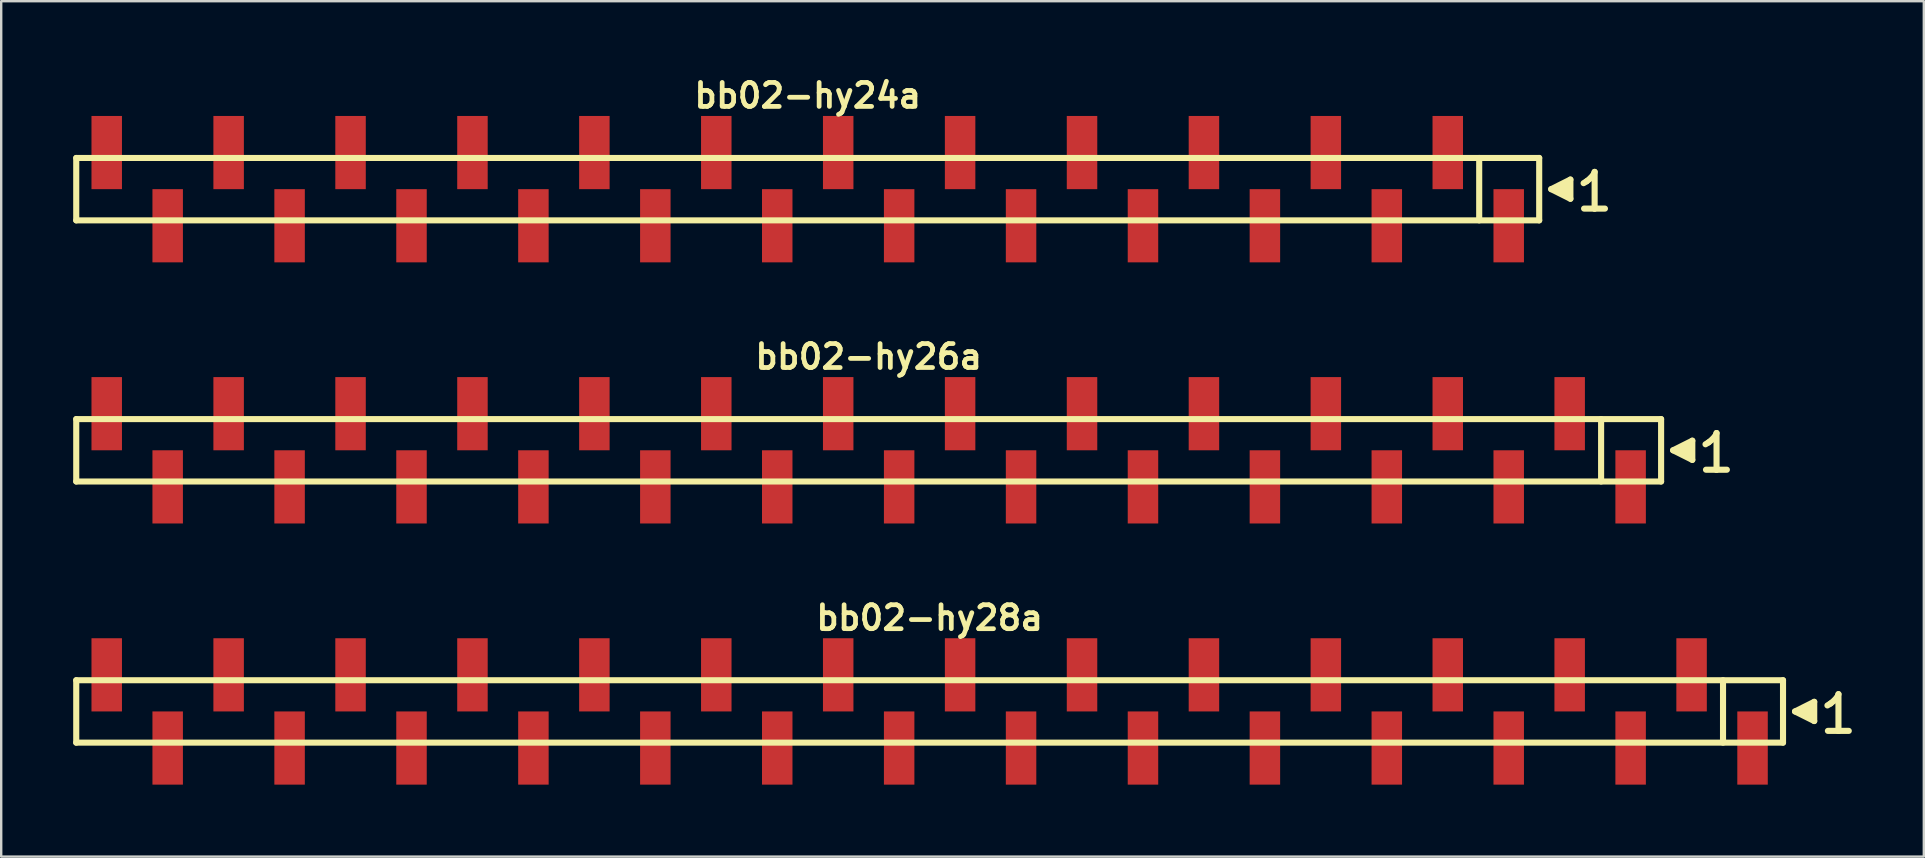
<source format=kicad_pcb>
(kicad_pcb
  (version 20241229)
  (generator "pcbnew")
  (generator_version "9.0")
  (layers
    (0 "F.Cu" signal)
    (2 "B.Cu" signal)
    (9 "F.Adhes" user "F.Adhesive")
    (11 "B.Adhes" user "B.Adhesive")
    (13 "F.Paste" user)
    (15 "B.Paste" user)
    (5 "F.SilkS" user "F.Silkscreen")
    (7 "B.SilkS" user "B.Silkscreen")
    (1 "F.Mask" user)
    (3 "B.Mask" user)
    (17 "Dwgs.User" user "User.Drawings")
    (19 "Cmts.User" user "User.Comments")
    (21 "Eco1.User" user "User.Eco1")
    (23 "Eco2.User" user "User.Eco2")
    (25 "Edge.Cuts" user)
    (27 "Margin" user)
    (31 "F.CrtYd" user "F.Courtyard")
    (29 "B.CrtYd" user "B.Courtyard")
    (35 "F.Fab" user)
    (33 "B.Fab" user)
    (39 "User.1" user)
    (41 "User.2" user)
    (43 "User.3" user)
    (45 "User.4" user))
  (footprint "bb02-hy28a"
    (layer "F.Cu")
    (at 35.687 26.595)
    (property "Reference" "bb02-hy28a" (at 0 -3.9 0) (layer "F.SilkS") (effects (font (size 0.998 0.998) (thickness 0.198))))
    (attr smd)
    (fp_line (start -35.56 -1.3) (end 35.56 -1.3) (stroke (width 0.254) (type solid)) (layer "F.SilkS"))
    (fp_line (start -35.56 1.3) (end -35.56 -1.3) (stroke (width 0.254) (type solid)) (layer "F.SilkS"))
    (fp_line (start 33.06 1.3) (end 33.06 -1.3) (stroke (width 0.254) (type solid)) (layer "F.SilkS"))
    (fp_line (start 35.56 -1.3) (end 35.56 1.3) (stroke (width 0.254) (type solid)) (layer "F.SilkS"))
    (fp_line (start 35.56 1.3) (end -35.56 1.3) (stroke (width 0.254) (type solid)) (layer "F.SilkS"))
    (fp_line (start 36.06 0) (end 36.86 0.4) (stroke (width 0.254) (type solid)) (layer "F.SilkS"))
    (fp_line (start 36.36 0.1) (end 36.36 -0.1) (stroke (width 0.254) (type solid)) (layer "F.SilkS"))
    (fp_line (start 36.46 -0.1) (end 36.46 0.1) (stroke (width 0.254) (type solid)) (layer "F.SilkS"))
    (fp_line (start 36.56 0.2) (end 36.56 -0.2) (stroke (width 0.254) (type solid)) (layer "F.SilkS"))
    (fp_line (start 36.66 -0.2) (end 36.66 0.2) (stroke (width 0.254) (type solid)) (layer "F.SilkS"))
    (fp_line (start 36.76 0.3) (end 36.76 -0.3) (stroke (width 0.254) (type solid)) (layer "F.SilkS"))
    (fp_line (start 36.86 -0.4) (end 36.06 0) (stroke (width 0.254) (type solid)) (layer "F.SilkS"))
    (fp_line (start 36.86 0.4) (end 36.86 -0.4) (stroke (width 0.254) (type solid)) (layer "F.SilkS"))
    (fp_line (start 37.41 -0.25) (end 37.54 -0.33) (stroke (width 0.254) (type solid)) (layer "F.SilkS"))
    (fp_line (start 37.54 -0.33) (end 37.7 -0.46) (stroke (width 0.254) (type solid)) (layer "F.SilkS"))
    (fp_line (start 37.7 -0.46) (end 37.84 -0.63) (stroke (width 0.254) (type solid)) (layer "F.SilkS"))
    (fp_line (start 37.84 -0.63) (end 37.87 -0.72) (stroke (width 0.254) (type solid)) (layer "F.SilkS"))
    (fp_line (start 37.87 -0.72) (end 37.87 0.81) (stroke (width 0.254) (type solid)) (layer "F.SilkS"))
    (fp_line (start 37.87 0.81) (end 37.43 0.81) (stroke (width 0.254) (type solid)) (layer "F.SilkS"))
    (fp_line (start 38.3 0.81) (end 37.86 0.81) (stroke (width 0.254) (type solid)) (layer "F.SilkS"))
    (pad "1" smd rect (at 34.29 1.525) (size 1.27 3.05) (layers "F.Cu" "F.Mask" "F.Paste"))
    (pad "2" smd rect (at 31.75 -1.525) (size 1.27 3.05) (layers "F.Cu" "F.Mask" "F.Paste"))
    (pad "3" smd rect (at 29.21 1.525) (size 1.27 3.05) (layers "F.Cu" "F.Mask" "F.Paste"))
    (pad "4" smd rect (at 26.67 -1.525) (size 1.27 3.05) (layers "F.Cu" "F.Mask" "F.Paste"))
    (pad "5" smd rect (at 24.13 1.525) (size 1.27 3.05) (layers "F.Cu" "F.Mask" "F.Paste"))
    (pad "6" smd rect (at 21.59 -1.525) (size 1.27 3.05) (layers "F.Cu" "F.Mask" "F.Paste"))
    (pad "7" smd rect (at 19.05 1.525) (size 1.27 3.05) (layers "F.Cu" "F.Mask" "F.Paste"))
    (pad "8" smd rect (at 16.51 -1.525) (size 1.27 3.05) (layers "F.Cu" "F.Mask" "F.Paste"))
    (pad "9" smd rect (at 13.97 1.525) (size 1.27 3.05) (layers "F.Cu" "F.Mask" "F.Paste"))
    (pad "10" smd rect (at 11.43 -1.525) (size 1.27 3.05) (layers "F.Cu" "F.Mask" "F.Paste"))
    (pad "11" smd rect (at 8.89 1.525) (size 1.27 3.05) (layers "F.Cu" "F.Mask" "F.Paste"))
    (pad "12" smd rect (at 6.35 -1.525) (size 1.27 3.05) (layers "F.Cu" "F.Mask" "F.Paste"))
    (pad "13" smd rect (at 3.81 1.525) (size 1.27 3.05) (layers "F.Cu" "F.Mask" "F.Paste"))
    (pad "14" smd rect (at 1.27 -1.525) (size 1.27 3.05) (layers "F.Cu" "F.Mask" "F.Paste"))
    (pad "15" smd rect (at -1.27 1.525) (size 1.27 3.05) (layers "F.Cu" "F.Mask" "F.Paste"))
    (pad "16" smd rect (at -3.81 -1.525) (size 1.27 3.05) (layers "F.Cu" "F.Mask" "F.Paste"))
    (pad "17" smd rect (at -6.35 1.525) (size 1.27 3.05) (layers "F.Cu" "F.Mask" "F.Paste"))
    (pad "18" smd rect (at -8.89 -1.525) (size 1.27 3.05) (layers "F.Cu" "F.Mask" "F.Paste"))
    (pad "19" smd rect (at -11.43 1.525) (size 1.27 3.05) (layers "F.Cu" "F.Mask" "F.Paste"))
    (pad "20" smd rect (at -13.97 -1.525) (size 1.27 3.05) (layers "F.Cu" "F.Mask" "F.Paste"))
    (pad "21" smd rect (at -16.51 1.525) (size 1.27 3.05) (layers "F.Cu" "F.Mask" "F.Paste"))
    (pad "22" smd rect (at -19.05 -1.525) (size 1.27 3.05) (layers "F.Cu" "F.Mask" "F.Paste"))
    (pad "23" smd rect (at -21.59 1.525) (size 1.27 3.05) (layers "F.Cu" "F.Mask" "F.Paste"))
    (pad "24" smd rect (at -24.13 -1.525) (size 1.27 3.05) (layers "F.Cu" "F.Mask" "F.Paste"))
    (pad "25" smd rect (at -26.67 1.525) (size 1.27 3.05) (layers "F.Cu" "F.Mask" "F.Paste"))
    (pad "26" smd rect (at -29.21 -1.525) (size 1.27 3.05) (layers "F.Cu" "F.Mask" "F.Paste"))
    (pad "27" smd rect (at -31.75 1.525) (size 1.27 3.05) (layers "F.Cu" "F.Mask" "F.Paste"))
    (pad "28" smd rect (at -34.29 -1.525) (size 1.27 3.05) (layers "F.Cu" "F.Mask" "F.Paste")))
  (footprint "bb02-hy26a"
    (layer "F.Cu")
    (at 33.147 15.713)
    (property "Reference" "bb02-hy26a" (at 0 -3.9 0) (layer "F.SilkS") (effects (font (size 0.998 0.998) (thickness 0.198))))
    (attr smd)
    (fp_line (start -33.02 -1.3) (end 33.02 -1.3) (stroke (width 0.254) (type solid)) (layer "F.SilkS"))
    (fp_line (start -33.02 1.3) (end -33.02 -1.3) (stroke (width 0.254) (type solid)) (layer "F.SilkS"))
    (fp_line (start 30.52 1.3) (end 30.52 -1.3) (stroke (width 0.254) (type solid)) (layer "F.SilkS"))
    (fp_line (start 33.02 -1.3) (end 33.02 1.3) (stroke (width 0.254) (type solid)) (layer "F.SilkS"))
    (fp_line (start 33.02 1.3) (end -33.02 1.3) (stroke (width 0.254) (type solid)) (layer "F.SilkS"))
    (fp_line (start 33.52 0) (end 34.32 0.4) (stroke (width 0.254) (type solid)) (layer "F.SilkS"))
    (fp_line (start 33.82 0.1) (end 33.82 -0.1) (stroke (width 0.254) (type solid)) (layer "F.SilkS"))
    (fp_line (start 33.92 -0.1) (end 33.92 0.1) (stroke (width 0.254) (type solid)) (layer "F.SilkS"))
    (fp_line (start 34.02 0.2) (end 34.02 -0.2) (stroke (width 0.254) (type solid)) (layer "F.SilkS"))
    (fp_line (start 34.12 -0.2) (end 34.12 0.2) (stroke (width 0.254) (type solid)) (layer "F.SilkS"))
    (fp_line (start 34.22 0.3) (end 34.22 -0.3) (stroke (width 0.254) (type solid)) (layer "F.SilkS"))
    (fp_line (start 34.32 -0.4) (end 33.52 0) (stroke (width 0.254) (type solid)) (layer "F.SilkS"))
    (fp_line (start 34.32 0.4) (end 34.32 -0.4) (stroke (width 0.254) (type solid)) (layer "F.SilkS"))
    (fp_line (start 34.87 -0.25) (end 35 -0.33) (stroke (width 0.254) (type solid)) (layer "F.SilkS"))
    (fp_line (start 35 -0.33) (end 35.16 -0.46) (stroke (width 0.254) (type solid)) (layer "F.SilkS"))
    (fp_line (start 35.16 -0.46) (end 35.3 -0.63) (stroke (width 0.254) (type solid)) (layer "F.SilkS"))
    (fp_line (start 35.3 -0.63) (end 35.33 -0.72) (stroke (width 0.254) (type solid)) (layer "F.SilkS"))
    (fp_line (start 35.33 -0.72) (end 35.33 0.81) (stroke (width 0.254) (type solid)) (layer "F.SilkS"))
    (fp_line (start 35.33 0.81) (end 34.89 0.81) (stroke (width 0.254) (type solid)) (layer "F.SilkS"))
    (fp_line (start 35.76 0.81) (end 35.32 0.81) (stroke (width 0.254) (type solid)) (layer "F.SilkS"))
    (pad "1" smd rect (at 31.75 1.525) (size 1.27 3.05) (layers "F.Cu" "F.Mask" "F.Paste"))
    (pad "2" smd rect (at 29.21 -1.525) (size 1.27 3.05) (layers "F.Cu" "F.Mask" "F.Paste"))
    (pad "3" smd rect (at 26.67 1.525) (size 1.27 3.05) (layers "F.Cu" "F.Mask" "F.Paste"))
    (pad "4" smd rect (at 24.13 -1.525) (size 1.27 3.05) (layers "F.Cu" "F.Mask" "F.Paste"))
    (pad "5" smd rect (at 21.59 1.525) (size 1.27 3.05) (layers "F.Cu" "F.Mask" "F.Paste"))
    (pad "6" smd rect (at 19.05 -1.525) (size 1.27 3.05) (layers "F.Cu" "F.Mask" "F.Paste"))
    (pad "7" smd rect (at 16.51 1.525) (size 1.27 3.05) (layers "F.Cu" "F.Mask" "F.Paste"))
    (pad "8" smd rect (at 13.97 -1.525) (size 1.27 3.05) (layers "F.Cu" "F.Mask" "F.Paste"))
    (pad "9" smd rect (at 11.43 1.525) (size 1.27 3.05) (layers "F.Cu" "F.Mask" "F.Paste"))
    (pad "10" smd rect (at 8.89 -1.525) (size 1.27 3.05) (layers "F.Cu" "F.Mask" "F.Paste"))
    (pad "11" smd rect (at 6.35 1.525) (size 1.27 3.05) (layers "F.Cu" "F.Mask" "F.Paste"))
    (pad "12" smd rect (at 3.81 -1.525) (size 1.27 3.05) (layers "F.Cu" "F.Mask" "F.Paste"))
    (pad "13" smd rect (at 1.27 1.525) (size 1.27 3.05) (layers "F.Cu" "F.Mask" "F.Paste"))
    (pad "14" smd rect (at -1.27 -1.525) (size 1.27 3.05) (layers "F.Cu" "F.Mask" "F.Paste"))
    (pad "15" smd rect (at -3.81 1.525) (size 1.27 3.05) (layers "F.Cu" "F.Mask" "F.Paste"))
    (pad "16" smd rect (at -6.35 -1.525) (size 1.27 3.05) (layers "F.Cu" "F.Mask" "F.Paste"))
    (pad "17" smd rect (at -8.89 1.525) (size 1.27 3.05) (layers "F.Cu" "F.Mask" "F.Paste"))
    (pad "18" smd rect (at -11.43 -1.525) (size 1.27 3.05) (layers "F.Cu" "F.Mask" "F.Paste"))
    (pad "19" smd rect (at -13.97 1.525) (size 1.27 3.05) (layers "F.Cu" "F.Mask" "F.Paste"))
    (pad "20" smd rect (at -16.51 -1.525) (size 1.27 3.05) (layers "F.Cu" "F.Mask" "F.Paste"))
    (pad "21" smd rect (at -19.05 1.525) (size 1.27 3.05) (layers "F.Cu" "F.Mask" "F.Paste"))
    (pad "22" smd rect (at -21.59 -1.525) (size 1.27 3.05) (layers "F.Cu" "F.Mask" "F.Paste"))
    (pad "23" smd rect (at -24.13 1.525) (size 1.27 3.05) (layers "F.Cu" "F.Mask" "F.Paste"))
    (pad "24" smd rect (at -26.67 -1.525) (size 1.27 3.05) (layers "F.Cu" "F.Mask" "F.Paste"))
    (pad "25" smd rect (at -29.21 1.525) (size 1.27 3.05) (layers "F.Cu" "F.Mask" "F.Paste"))
    (pad "26" smd rect (at -31.75 -1.525) (size 1.27 3.05) (layers "F.Cu" "F.Mask" "F.Paste")))
  (footprint "bb02-hy24a"
    (layer "F.Cu")
    (at 30.607 4.832)
    (property "Reference" "bb02-hy24a" (at 0 -3.9 0) (layer "F.SilkS") (effects (font (size 0.998 0.998) (thickness 0.198))))
    (attr smd)
    (fp_line (start -30.48 -1.3) (end 30.48 -1.3) (stroke (width 0.254) (type solid)) (layer "F.SilkS"))
    (fp_line (start -30.48 1.3) (end -30.48 -1.3) (stroke (width 0.254) (type solid)) (layer "F.SilkS"))
    (fp_line (start 27.98 1.3) (end 27.98 -1.3) (stroke (width 0.254) (type solid)) (layer "F.SilkS"))
    (fp_line (start 30.48 -1.3) (end 30.48 1.3) (stroke (width 0.254) (type solid)) (layer "F.SilkS"))
    (fp_line (start 30.48 1.3) (end -30.48 1.3) (stroke (width 0.254) (type solid)) (layer "F.SilkS"))
    (fp_line (start 30.98 0) (end 31.78 0.4) (stroke (width 0.254) (type solid)) (layer "F.SilkS"))
    (fp_line (start 31.28 0.1) (end 31.28 -0.1) (stroke (width 0.254) (type solid)) (layer "F.SilkS"))
    (fp_line (start 31.38 -0.1) (end 31.38 0.1) (stroke (width 0.254) (type solid)) (layer "F.SilkS"))
    (fp_line (start 31.48 0.2) (end 31.48 -0.2) (stroke (width 0.254) (type solid)) (layer "F.SilkS"))
    (fp_line (start 31.58 -0.2) (end 31.58 0.2) (stroke (width 0.254) (type solid)) (layer "F.SilkS"))
    (fp_line (start 31.68 0.3) (end 31.68 -0.3) (stroke (width 0.254) (type solid)) (layer "F.SilkS"))
    (fp_line (start 31.78 -0.4) (end 30.98 0) (stroke (width 0.254) (type solid)) (layer "F.SilkS"))
    (fp_line (start 31.78 0.4) (end 31.78 -0.4) (stroke (width 0.254) (type solid)) (layer "F.SilkS"))
    (fp_line (start 32.33 -0.25) (end 32.46 -0.33) (stroke (width 0.254) (type solid)) (layer "F.SilkS"))
    (fp_line (start 32.46 -0.33) (end 32.62 -0.46) (stroke (width 0.254) (type solid)) (layer "F.SilkS"))
    (fp_line (start 32.62 -0.46) (end 32.76 -0.63) (stroke (width 0.254) (type solid)) (layer "F.SilkS"))
    (fp_line (start 32.76 -0.63) (end 32.79 -0.72) (stroke (width 0.254) (type solid)) (layer "F.SilkS"))
    (fp_line (start 32.79 -0.72) (end 32.79 0.81) (stroke (width 0.254) (type solid)) (layer "F.SilkS"))
    (fp_line (start 32.79 0.81) (end 32.35 0.81) (stroke (width 0.254) (type solid)) (layer "F.SilkS"))
    (fp_line (start 33.22 0.81) (end 32.78 0.81) (stroke (width 0.254) (type solid)) (layer "F.SilkS"))
    (pad "1" smd rect (at 29.21 1.525) (size 1.27 3.05) (layers "F.Cu" "F.Mask" "F.Paste"))
    (pad "2" smd rect (at 26.67 -1.525) (size 1.27 3.05) (layers "F.Cu" "F.Mask" "F.Paste"))
    (pad "3" smd rect (at 24.13 1.525) (size 1.27 3.05) (layers "F.Cu" "F.Mask" "F.Paste"))
    (pad "4" smd rect (at 21.59 -1.525) (size 1.27 3.05) (layers "F.Cu" "F.Mask" "F.Paste"))
    (pad "5" smd rect (at 19.05 1.525) (size 1.27 3.05) (layers "F.Cu" "F.Mask" "F.Paste"))
    (pad "6" smd rect (at 16.51 -1.525) (size 1.27 3.05) (layers "F.Cu" "F.Mask" "F.Paste"))
    (pad "7" smd rect (at 13.97 1.525) (size 1.27 3.05) (layers "F.Cu" "F.Mask" "F.Paste"))
    (pad "8" smd rect (at 11.43 -1.525) (size 1.27 3.05) (layers "F.Cu" "F.Mask" "F.Paste"))
    (pad "9" smd rect (at 8.89 1.525) (size 1.27 3.05) (layers "F.Cu" "F.Mask" "F.Paste"))
    (pad "10" smd rect (at 6.35 -1.525) (size 1.27 3.05) (layers "F.Cu" "F.Mask" "F.Paste"))
    (pad "11" smd rect (at 3.81 1.525) (size 1.27 3.05) (layers "F.Cu" "F.Mask" "F.Paste"))
    (pad "12" smd rect (at 1.27 -1.525) (size 1.27 3.05) (layers "F.Cu" "F.Mask" "F.Paste"))
    (pad "13" smd rect (at -1.27 1.525) (size 1.27 3.05) (layers "F.Cu" "F.Mask" "F.Paste"))
    (pad "14" smd rect (at -3.81 -1.525) (size 1.27 3.05) (layers "F.Cu" "F.Mask" "F.Paste"))
    (pad "15" smd rect (at -6.35 1.525) (size 1.27 3.05) (layers "F.Cu" "F.Mask" "F.Paste"))
    (pad "16" smd rect (at -8.89 -1.525) (size 1.27 3.05) (layers "F.Cu" "F.Mask" "F.Paste"))
    (pad "17" smd rect (at -11.43 1.525) (size 1.27 3.05) (layers "F.Cu" "F.Mask" "F.Paste"))
    (pad "18" smd rect (at -13.97 -1.525) (size 1.27 3.05) (layers "F.Cu" "F.Mask" "F.Paste"))
    (pad "19" smd rect (at -16.51 1.525) (size 1.27 3.05) (layers "F.Cu" "F.Mask" "F.Paste"))
    (pad "20" smd rect (at -19.05 -1.525) (size 1.27 3.05) (layers "F.Cu" "F.Mask" "F.Paste"))
    (pad "21" smd rect (at -21.59 1.525) (size 1.27 3.05) (layers "F.Cu" "F.Mask" "F.Paste"))
    (pad "22" smd rect (at -24.13 -1.525) (size 1.27 3.05) (layers "F.Cu" "F.Mask" "F.Paste"))
    (pad "23" smd rect (at -26.67 1.525) (size 1.27 3.05) (layers "F.Cu" "F.Mask" "F.Paste"))
    (pad "24" smd rect (at -29.21 -1.525) (size 1.27 3.05) (layers "F.Cu" "F.Mask" "F.Paste")))
  (gr_rect
    (start -3 -3)
    (end 77.114 32.645)
    (stroke (width 0.1) (type default))
    (fill no)
    (layer "Edge.Cuts")))
</source>
